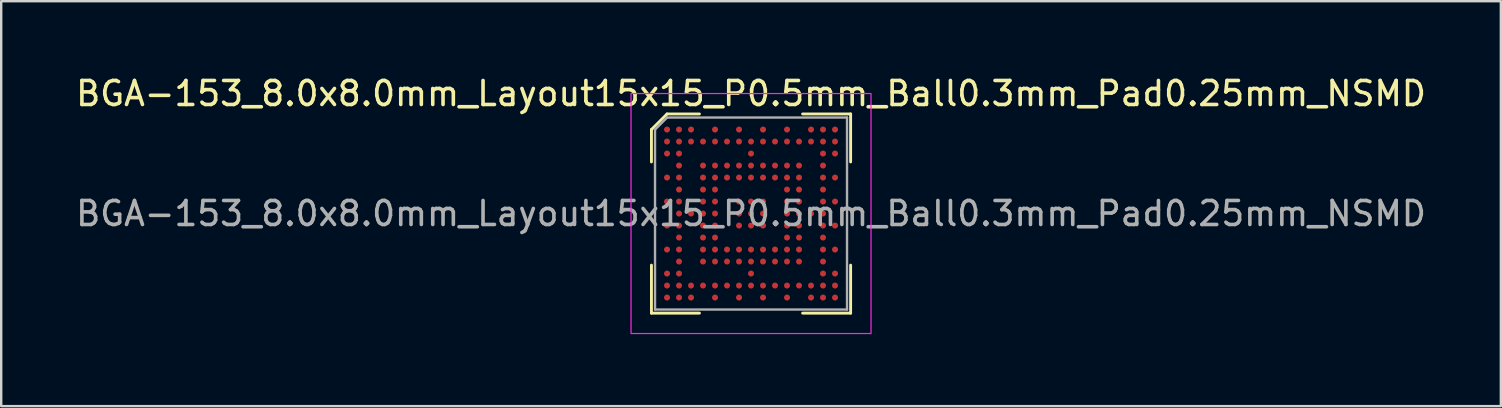
<source format=kicad_pcb>
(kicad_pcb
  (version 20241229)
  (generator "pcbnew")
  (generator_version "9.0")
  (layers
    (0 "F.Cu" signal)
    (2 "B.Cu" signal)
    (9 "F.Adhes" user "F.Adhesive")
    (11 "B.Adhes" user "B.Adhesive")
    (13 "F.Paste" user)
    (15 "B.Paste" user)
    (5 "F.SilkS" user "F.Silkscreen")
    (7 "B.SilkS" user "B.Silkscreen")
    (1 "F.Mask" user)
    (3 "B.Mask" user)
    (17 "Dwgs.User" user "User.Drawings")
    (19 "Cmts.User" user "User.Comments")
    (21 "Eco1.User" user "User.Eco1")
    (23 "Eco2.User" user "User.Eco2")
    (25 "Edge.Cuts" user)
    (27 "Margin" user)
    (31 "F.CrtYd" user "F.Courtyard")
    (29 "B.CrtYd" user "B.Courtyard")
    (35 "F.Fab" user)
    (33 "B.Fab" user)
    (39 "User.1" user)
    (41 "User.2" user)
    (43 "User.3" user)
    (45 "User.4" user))
  (footprint "BGA-153_8.0x8.0mm_Layout15x15_P0.5mm_Ball0.3mm_Pad0.25mm_NSMD"
    (layer "F.Cu")
    (at 28.244 5.848)
    (property "Reference" "BGA-153_8.0x8.0mm_Layout15x15_P0.5mm_Ball0.3mm_Pad0.25mm_NSMD" (at 0 -5 0) (layer "F.SilkS") (effects (font (size 1 1) (thickness 0.15))))
    (attr smd)
    (fp_line (start -4.15 -3.5) (end -4.15 -2.15) (stroke (width 0.12) (type solid)) (layer "F.SilkS"))
    (fp_line (start -4.15 4.15) (end -4.15 2.15) (stroke (width 0.12) (type solid)) (layer "F.SilkS"))
    (fp_line (start -3.5 -4.15) (end -4.15 -3.5) (stroke (width 0.12) (type solid)) (layer "F.SilkS"))
    (fp_line (start -2.15 -4.15) (end -3.5 -4.15) (stroke (width 0.12) (type solid)) (layer "F.SilkS"))
    (fp_line (start -2.15 4.15) (end -4.15 4.15) (stroke (width 0.12) (type solid)) (layer "F.SilkS"))
    (fp_line (start 2.15 -4.15) (end 4.15 -4.15) (stroke (width 0.12) (type solid)) (layer "F.SilkS"))
    (fp_line (start 2.15 4.15) (end 4.15 4.15) (stroke (width 0.12) (type solid)) (layer "F.SilkS"))
    (fp_line (start 4.15 -4.15) (end 4.15 -2.15) (stroke (width 0.12) (type solid)) (layer "F.SilkS"))
    (fp_line (start 4.15 4.15) (end 4.15 2.15) (stroke (width 0.12) (type solid)) (layer "F.SilkS"))
    (fp_rect (start 5 5) (end -5 -5) (stroke (width 0.05) (type solid)) (fill no) (layer "F.CrtYd"))
    (fp_line (start -4 -3.5) (end -4 4) (stroke (width 0.1) (type solid)) (layer "F.Fab"))
    (fp_line (start -4 4) (end 4 4) (stroke (width 0.1) (type solid)) (layer "F.Fab"))
    (fp_line (start -3.5 -4) (end -4 -3.5) (stroke (width 0.1) (type solid)) (layer "F.Fab"))
    (fp_line (start 4 -4) (end -3.5 -4) (stroke (width 0.1) (type solid)) (layer "F.Fab"))
    (fp_line (start 4 4) (end 4 -4) (stroke (width 0.1) (type solid)) (layer "F.Fab"))
    (fp_text user "${REFERENCE}" (at 0 0 0) (layer "F.Fab") (effects (font (size 1 1) (thickness 0.15))))
    (pad "A1" smd circle (at -3.5 -3.5) (size 0.25 0.25) (layers "F.Cu" "F.Mask" "F.Paste"))
    (pad "A2" smd circle (at -3 -3.5) (size 0.25 0.25) (layers "F.Cu" "F.Mask" "F.Paste"))
    (pad "A3" smd circle (at -2.5 -3.5) (size 0.25 0.25) (layers "F.Cu" "F.Mask" "F.Paste"))
    (pad "A5" smd circle (at -1.5 -3.5) (size 0.25 0.25) (layers "F.Cu" "F.Mask" "F.Paste"))
    (pad "A7" smd circle (at -0.5 -3.5) (size 0.25 0.25) (layers "F.Cu" "F.Mask" "F.Paste"))
    (pad "A9" smd circle (at 0.5 -3.5) (size 0.25 0.25) (layers "F.Cu" "F.Mask" "F.Paste"))
    (pad "A11" smd circle (at 1.5 -3.5) (size 0.25 0.25) (layers "F.Cu" "F.Mask" "F.Paste"))
    (pad "A13" smd circle (at 2.5 -3.5) (size 0.25 0.25) (layers "F.Cu" "F.Mask" "F.Paste"))
    (pad "A14" smd circle (at 3 -3.5) (size 0.25 0.25) (layers "F.Cu" "F.Mask" "F.Paste"))
    (pad "A15" smd circle (at 3.5 -3.5) (size 0.25 0.25) (layers "F.Cu" "F.Mask" "F.Paste"))
    (pad "B1" smd circle (at -3.5 -3) (size 0.25 0.25) (layers "F.Cu" "F.Mask" "F.Paste"))
    (pad "B2" smd circle (at -3 -3) (size 0.25 0.25) (layers "F.Cu" "F.Mask" "F.Paste"))
    (pad "B3" smd circle (at -2.5 -3) (size 0.25 0.25) (layers "F.Cu" "F.Mask" "F.Paste"))
    (pad "B4" smd circle (at -2 -3) (size 0.25 0.25) (layers "F.Cu" "F.Mask" "F.Paste"))
    (pad "B5" smd circle (at -1.5 -3) (size 0.25 0.25) (layers "F.Cu" "F.Mask" "F.Paste"))
    (pad "B6" smd circle (at -1 -3) (size 0.25 0.25) (layers "F.Cu" "F.Mask" "F.Paste"))
    (pad "B7" smd circle (at -0.5 -3) (size 0.25 0.25) (layers "F.Cu" "F.Mask" "F.Paste"))
    (pad "B8" smd circle (at 0 -3) (size 0.25 0.25) (layers "F.Cu" "F.Mask" "F.Paste"))
    (pad "B9" smd circle (at 0.5 -3) (size 0.25 0.25) (layers "F.Cu" "F.Mask" "F.Paste"))
    (pad "B10" smd circle (at 1 -3) (size 0.25 0.25) (layers "F.Cu" "F.Mask" "F.Paste"))
    (pad "B11" smd circle (at 1.5 -3) (size 0.25 0.25) (layers "F.Cu" "F.Mask" "F.Paste"))
    (pad "B12" smd circle (at 2 -3) (size 0.25 0.25) (layers "F.Cu" "F.Mask" "F.Paste"))
    (pad "B13" smd circle (at 2.5 -3) (size 0.25 0.25) (layers "F.Cu" "F.Mask" "F.Paste"))
    (pad "B14" smd circle (at 3 -3) (size 0.25 0.25) (layers "F.Cu" "F.Mask" "F.Paste"))
    (pad "B15" smd circle (at 3.5 -3) (size 0.25 0.25) (layers "F.Cu" "F.Mask" "F.Paste"))
    (pad "C1" smd circle (at -3.5 -2.5) (size 0.25 0.25) (layers "F.Cu" "F.Mask" "F.Paste"))
    (pad "C2" smd circle (at -3 -2.5) (size 0.25 0.25) (layers "F.Cu" "F.Mask" "F.Paste"))
    (pad "C8" smd circle (at 0 -2.5) (size 0.25 0.25) (layers "F.Cu" "F.Mask" "F.Paste"))
    (pad "C14" smd circle (at 3 -2.5) (size 0.25 0.25) (layers "F.Cu" "F.Mask" "F.Paste"))
    (pad "C15" smd circle (at 3.5 -2.5) (size 0.25 0.25) (layers "F.Cu" "F.Mask" "F.Paste"))
    (pad "D2" smd circle (at -3 -2) (size 0.25 0.25) (layers "F.Cu" "F.Mask" "F.Paste"))
    (pad "D4" smd circle (at -2 -2) (size 0.25 0.25) (layers "F.Cu" "F.Mask" "F.Paste"))
    (pad "D5" smd circle (at -1.5 -2) (size 0.25 0.25) (layers "F.Cu" "F.Mask" "F.Paste"))
    (pad "D6" smd circle (at -1 -2) (size 0.25 0.25) (layers "F.Cu" "F.Mask" "F.Paste"))
    (pad "D7" smd circle (at -0.5 -2) (size 0.25 0.25) (layers "F.Cu" "F.Mask" "F.Paste"))
    (pad "D8" smd circle (at 0 -2) (size 0.25 0.25) (layers "F.Cu" "F.Mask" "F.Paste"))
    (pad "D9" smd circle (at 0.5 -2) (size 0.25 0.25) (layers "F.Cu" "F.Mask" "F.Paste"))
    (pad "D10" smd circle (at 1 -2) (size 0.25 0.25) (layers "F.Cu" "F.Mask" "F.Paste"))
    (pad "D11" smd circle (at 1.5 -2) (size 0.25 0.25) (layers "F.Cu" "F.Mask" "F.Paste"))
    (pad "D12" smd circle (at 2 -2) (size 0.25 0.25) (layers "F.Cu" "F.Mask" "F.Paste"))
    (pad "D14" smd circle (at 3 -2) (size 0.25 0.25) (layers "F.Cu" "F.Mask" "F.Paste"))
    (pad "E1" smd circle (at -3.5 -1.5) (size 0.25 0.25) (layers "F.Cu" "F.Mask" "F.Paste"))
    (pad "E2" smd circle (at -3 -1.5) (size 0.25 0.25) (layers "F.Cu" "F.Mask" "F.Paste"))
    (pad "E4" smd circle (at -2 -1.5) (size 0.25 0.25) (layers "F.Cu" "F.Mask" "F.Paste"))
    (pad "E5" smd circle (at -1.5 -1.5) (size 0.25 0.25) (layers "F.Cu" "F.Mask" "F.Paste"))
    (pad "E6" smd circle (at -1 -1.5) (size 0.25 0.25) (layers "F.Cu" "F.Mask" "F.Paste"))
    (pad "E7" smd circle (at -0.5 -1.5) (size 0.25 0.25) (layers "F.Cu" "F.Mask" "F.Paste"))
    (pad "E8" smd circle (at 0 -1.5) (size 0.25 0.25) (layers "F.Cu" "F.Mask" "F.Paste"))
    (pad "E9" smd circle (at 0.5 -1.5) (size 0.25 0.25) (layers "F.Cu" "F.Mask" "F.Paste"))
    (pad "E10" smd circle (at 1 -1.5) (size 0.25 0.25) (layers "F.Cu" "F.Mask" "F.Paste"))
    (pad "E11" smd circle (at 1.5 -1.5) (size 0.25 0.25) (layers "F.Cu" "F.Mask" "F.Paste"))
    (pad "E12" smd circle (at 2 -1.5) (size 0.25 0.25) (layers "F.Cu" "F.Mask" "F.Paste"))
    (pad "E14" smd circle (at 3 -1.5) (size 0.25 0.25) (layers "F.Cu" "F.Mask" "F.Paste"))
    (pad "E15" smd circle (at 3.5 -1.5) (size 0.25 0.25) (layers "F.Cu" "F.Mask" "F.Paste"))
    (pad "F2" smd circle (at -3 -1) (size 0.25 0.25) (layers "F.Cu" "F.Mask" "F.Paste"))
    (pad "F4" smd circle (at -2 -1) (size 0.25 0.25) (layers "F.Cu" "F.Mask" "F.Paste"))
    (pad "F5" smd circle (at -1.5 -1) (size 0.25 0.25) (layers "F.Cu" "F.Mask" "F.Paste"))
    (pad "F11" smd circle (at 1.5 -1) (size 0.25 0.25) (layers "F.Cu" "F.Mask" "F.Paste"))
    (pad "F12" smd circle (at 2 -1) (size 0.25 0.25) (layers "F.Cu" "F.Mask" "F.Paste"))
    (pad "F14" smd circle (at 3 -1) (size 0.25 0.25) (layers "F.Cu" "F.Mask" "F.Paste"))
    (pad "G1" smd circle (at -3.5 -0.5) (size 0.25 0.25) (layers "F.Cu" "F.Mask" "F.Paste"))
    (pad "G2" smd circle (at -3 -0.5) (size 0.25 0.25) (layers "F.Cu" "F.Mask" "F.Paste"))
    (pad "G4" smd circle (at -2 -0.5) (size 0.25 0.25) (layers "F.Cu" "F.Mask" "F.Paste"))
    (pad "G5" smd circle (at -1.5 -0.5) (size 0.25 0.25) (layers "F.Cu" "F.Mask" "F.Paste"))
    (pad "G7" smd circle (at -0.5 -0.5) (size 0.25 0.25) (layers "F.Cu" "F.Mask" "F.Paste"))
    (pad "G8" smd circle (at 0 -0.5) (size 0.25 0.25) (layers "F.Cu" "F.Mask" "F.Paste"))
    (pad "G9" smd circle (at 0.5 -0.5) (size 0.25 0.25) (layers "F.Cu" "F.Mask" "F.Paste"))
    (pad "G11" smd circle (at 1.5 -0.5) (size 0.25 0.25) (layers "F.Cu" "F.Mask" "F.Paste"))
    (pad "G12" smd circle (at 2 -0.5) (size 0.25 0.25) (layers "F.Cu" "F.Mask" "F.Paste"))
    (pad "G14" smd circle (at 3 -0.5) (size 0.25 0.25) (layers "F.Cu" "F.Mask" "F.Paste"))
    (pad "G15" smd circle (at 3.5 -0.5) (size 0.25 0.25) (layers "F.Cu" "F.Mask" "F.Paste"))
    (pad "H2" smd circle (at -3 0) (size 0.25 0.25) (layers "F.Cu" "F.Mask" "F.Paste"))
    (pad "H3" smd circle (at -2.5 0) (size 0.25 0.25) (layers "F.Cu" "F.Mask" "F.Paste"))
    (pad "H4" smd circle (at -2 0) (size 0.25 0.25) (layers "F.Cu" "F.Mask" "F.Paste"))
    (pad "H5" smd circle (at -1.5 0) (size 0.25 0.25) (layers "F.Cu" "F.Mask" "F.Paste"))
    (pad "H7" smd circle (at -0.5 0) (size 0.25 0.25) (layers "F.Cu" "F.Mask" "F.Paste"))
    (pad "H8" smd circle (at 0 0) (size 0.25 0.25) (layers "F.Cu" "F.Mask" "F.Paste"))
    (pad "H9" smd circle (at 0.5 0) (size 0.25 0.25) (layers "F.Cu" "F.Mask" "F.Paste"))
    (pad "H11" smd circle (at 1.5 0) (size 0.25 0.25) (layers "F.Cu" "F.Mask" "F.Paste"))
    (pad "H12" smd circle (at 2 0) (size 0.25 0.25) (layers "F.Cu" "F.Mask" "F.Paste"))
    (pad "H13" smd circle (at 2.5 0) (size 0.25 0.25) (layers "F.Cu" "F.Mask" "F.Paste"))
    (pad "H14" smd circle (at 3 0) (size 0.25 0.25) (layers "F.Cu" "F.Mask" "F.Paste"))
    (pad "J1" smd circle (at -3.5 0.5) (size 0.25 0.25) (layers "F.Cu" "F.Mask" "F.Paste"))
    (pad "J2" smd circle (at -3 0.5) (size 0.25 0.25) (layers "F.Cu" "F.Mask" "F.Paste"))
    (pad "J4" smd circle (at -2 0.5) (size 0.25 0.25) (layers "F.Cu" "F.Mask" "F.Paste"))
    (pad "J5" smd circle (at -1.5 0.5) (size 0.25 0.25) (layers "F.Cu" "F.Mask" "F.Paste"))
    (pad "J7" smd circle (at -0.5 0.5) (size 0.25 0.25) (layers "F.Cu" "F.Mask" "F.Paste"))
    (pad "J8" smd circle (at 0 0.5) (size 0.25 0.25) (layers "F.Cu" "F.Mask" "F.Paste"))
    (pad "J9" smd circle (at 0.5 0.5) (size 0.25 0.25) (layers "F.Cu" "F.Mask" "F.Paste"))
    (pad "J11" smd circle (at 1.5 0.5) (size 0.25 0.25) (layers "F.Cu" "F.Mask" "F.Paste"))
    (pad "J12" smd circle (at 2 0.5) (size 0.25 0.25) (layers "F.Cu" "F.Mask" "F.Paste"))
    (pad "J14" smd circle (at 3 0.5) (size 0.25 0.25) (layers "F.Cu" "F.Mask" "F.Paste"))
    (pad "J15" smd circle (at 3.5 0.5) (size 0.25 0.25) (layers "F.Cu" "F.Mask" "F.Paste"))
    (pad "K2" smd circle (at -3 1) (size 0.25 0.25) (layers "F.Cu" "F.Mask" "F.Paste"))
    (pad "K4" smd circle (at -2 1) (size 0.25 0.25) (layers "F.Cu" "F.Mask" "F.Paste"))
    (pad "K5" smd circle (at -1.5 1) (size 0.25 0.25) (layers "F.Cu" "F.Mask" "F.Paste"))
    (pad "K11" smd circle (at 1.5 1) (size 0.25 0.25) (layers "F.Cu" "F.Mask" "F.Paste"))
    (pad "K12" smd circle (at 2 1) (size 0.25 0.25) (layers "F.Cu" "F.Mask" "F.Paste"))
    (pad "K14" smd circle (at 3 1) (size 0.25 0.25) (layers "F.Cu" "F.Mask" "F.Paste"))
    (pad "L1" smd circle (at -3.5 1.5) (size 0.25 0.25) (layers "F.Cu" "F.Mask" "F.Paste"))
    (pad "L2" smd circle (at -3 1.5) (size 0.25 0.25) (layers "F.Cu" "F.Mask" "F.Paste"))
    (pad "L4" smd circle (at -2 1.5) (size 0.25 0.25) (layers "F.Cu" "F.Mask" "F.Paste"))
    (pad "L5" smd circle (at -1.5 1.5) (size 0.25 0.25) (layers "F.Cu" "F.Mask" "F.Paste"))
    (pad "L6" smd circle (at -1 1.5) (size 0.25 0.25) (layers "F.Cu" "F.Mask" "F.Paste"))
    (pad "L7" smd circle (at -0.5 1.5) (size 0.25 0.25) (layers "F.Cu" "F.Mask" "F.Paste"))
    (pad "L8" smd circle (at 0 1.5) (size 0.25 0.25) (layers "F.Cu" "F.Mask" "F.Paste"))
    (pad "L9" smd circle (at 0.5 1.5) (size 0.25 0.25) (layers "F.Cu" "F.Mask" "F.Paste"))
    (pad "L10" smd circle (at 1 1.5) (size 0.25 0.25) (layers "F.Cu" "F.Mask" "F.Paste"))
    (pad "L11" smd circle (at 1.5 1.5) (size 0.25 0.25) (layers "F.Cu" "F.Mask" "F.Paste"))
    (pad "L12" smd circle (at 2 1.5) (size 0.25 0.25) (layers "F.Cu" "F.Mask" "F.Paste"))
    (pad "L14" smd circle (at 3 1.5) (size 0.25 0.25) (layers "F.Cu" "F.Mask" "F.Paste"))
    (pad "L15" smd circle (at 3.5 1.5) (size 0.25 0.25) (layers "F.Cu" "F.Mask" "F.Paste"))
    (pad "M2" smd circle (at -3 2) (size 0.25 0.25) (layers "F.Cu" "F.Mask" "F.Paste"))
    (pad "M4" smd circle (at -2 2) (size 0.25 0.25) (layers "F.Cu" "F.Mask" "F.Paste"))
    (pad "M5" smd circle (at -1.5 2) (size 0.25 0.25) (layers "F.Cu" "F.Mask" "F.Paste"))
    (pad "M6" smd circle (at -1 2) (size 0.25 0.25) (layers "F.Cu" "F.Mask" "F.Paste"))
    (pad "M7" smd circle (at -0.5 2) (size 0.25 0.25) (layers "F.Cu" "F.Mask" "F.Paste"))
    (pad "M8" smd circle (at 0 2) (size 0.25 0.25) (layers "F.Cu" "F.Mask" "F.Paste"))
    (pad "M9" smd circle (at 0.5 2) (size 0.25 0.25) (layers "F.Cu" "F.Mask" "F.Paste"))
    (pad "M10" smd circle (at 1 2) (size 0.25 0.25) (layers "F.Cu" "F.Mask" "F.Paste"))
    (pad "M11" smd circle (at 1.5 2) (size 0.25 0.25) (layers "F.Cu" "F.Mask" "F.Paste"))
    (pad "M12" smd circle (at 2 2) (size 0.25 0.25) (layers "F.Cu" "F.Mask" "F.Paste"))
    (pad "M14" smd circle (at 3 2) (size 0.25 0.25) (layers "F.Cu" "F.Mask" "F.Paste"))
    (pad "N1" smd circle (at -3.5 2.5) (size 0.25 0.25) (layers "F.Cu" "F.Mask" "F.Paste"))
    (pad "N2" smd circle (at -3 2.5) (size 0.25 0.25) (layers "F.Cu" "F.Mask" "F.Paste"))
    (pad "N8" smd circle (at 0 2.5) (size 0.25 0.25) (layers "F.Cu" "F.Mask" "F.Paste"))
    (pad "N14" smd circle (at 3 2.5) (size 0.25 0.25) (layers "F.Cu" "F.Mask" "F.Paste"))
    (pad "N15" smd circle (at 3.5 2.5) (size 0.25 0.25) (layers "F.Cu" "F.Mask" "F.Paste"))
    (pad "P1" smd circle (at -3.5 3) (size 0.25 0.25) (layers "F.Cu" "F.Mask" "F.Paste"))
    (pad "P2" smd circle (at -3 3) (size 0.25 0.25) (layers "F.Cu" "F.Mask" "F.Paste"))
    (pad "P3" smd circle (at -2.5 3) (size 0.25 0.25) (layers "F.Cu" "F.Mask" "F.Paste"))
    (pad "P4" smd circle (at -2 3) (size 0.25 0.25) (layers "F.Cu" "F.Mask" "F.Paste"))
    (pad "P5" smd circle (at -1.5 3) (size 0.25 0.25) (layers "F.Cu" "F.Mask" "F.Paste"))
    (pad "P6" smd circle (at -1 3) (size 0.25 0.25) (layers "F.Cu" "F.Mask" "F.Paste"))
    (pad "P7" smd circle (at -0.5 3) (size 0.25 0.25) (layers "F.Cu" "F.Mask" "F.Paste"))
    (pad "P8" smd circle (at 0 3) (size 0.25 0.25) (layers "F.Cu" "F.Mask" "F.Paste"))
    (pad "P9" smd circle (at 0.5 3) (size 0.25 0.25) (layers "F.Cu" "F.Mask" "F.Paste"))
    (pad "P10" smd circle (at 1 3) (size 0.25 0.25) (layers "F.Cu" "F.Mask" "F.Paste"))
    (pad "P11" smd circle (at 1.5 3) (size 0.25 0.25) (layers "F.Cu" "F.Mask" "F.Paste"))
    (pad "P12" smd circle (at 2 3) (size 0.25 0.25) (layers "F.Cu" "F.Mask" "F.Paste"))
    (pad "P13" smd circle (at 2.5 3) (size 0.25 0.25) (layers "F.Cu" "F.Mask" "F.Paste"))
    (pad "P14" smd circle (at 3 3) (size 0.25 0.25) (layers "F.Cu" "F.Mask" "F.Paste"))
    (pad "P15" smd circle (at 3.5 3) (size 0.25 0.25) (layers "F.Cu" "F.Mask" "F.Paste"))
    (pad "R1" smd circle (at -3.5 3.5) (size 0.25 0.25) (layers "F.Cu" "F.Mask" "F.Paste"))
    (pad "R2" smd circle (at -3 3.5) (size 0.25 0.25) (layers "F.Cu" "F.Mask" "F.Paste"))
    (pad "R3" smd circle (at -2.5 3.5) (size 0.25 0.25) (layers "F.Cu" "F.Mask" "F.Paste"))
    (pad "R5" smd circle (at -1.5 3.5) (size 0.25 0.25) (layers "F.Cu" "F.Mask" "F.Paste"))
    (pad "R7" smd circle (at -0.5 3.5) (size 0.25 0.25) (layers "F.Cu" "F.Mask" "F.Paste"))
    (pad "R9" smd circle (at 0.5 3.5) (size 0.25 0.25) (layers "F.Cu" "F.Mask" "F.Paste"))
    (pad "R11" smd circle (at 1.5 3.5) (size 0.25 0.25) (layers "F.Cu" "F.Mask" "F.Paste"))
    (pad "R13" smd circle (at 2.5 3.5) (size 0.25 0.25) (layers "F.Cu" "F.Mask" "F.Paste"))
    (pad "R14" smd circle (at 3 3.5) (size 0.25 0.25) (layers "F.Cu" "F.Mask" "F.Paste"))
    (pad "R15" smd circle (at 3.5 3.5) (size 0.25 0.25) (layers "F.Cu" "F.Mask" "F.Paste")))
  (gr_rect
    (start -3 -3)
    (end 59.488 13.873)
    (stroke (width 0.1) (type default))
    (fill no)
    (layer "Edge.Cuts")))
</source>
